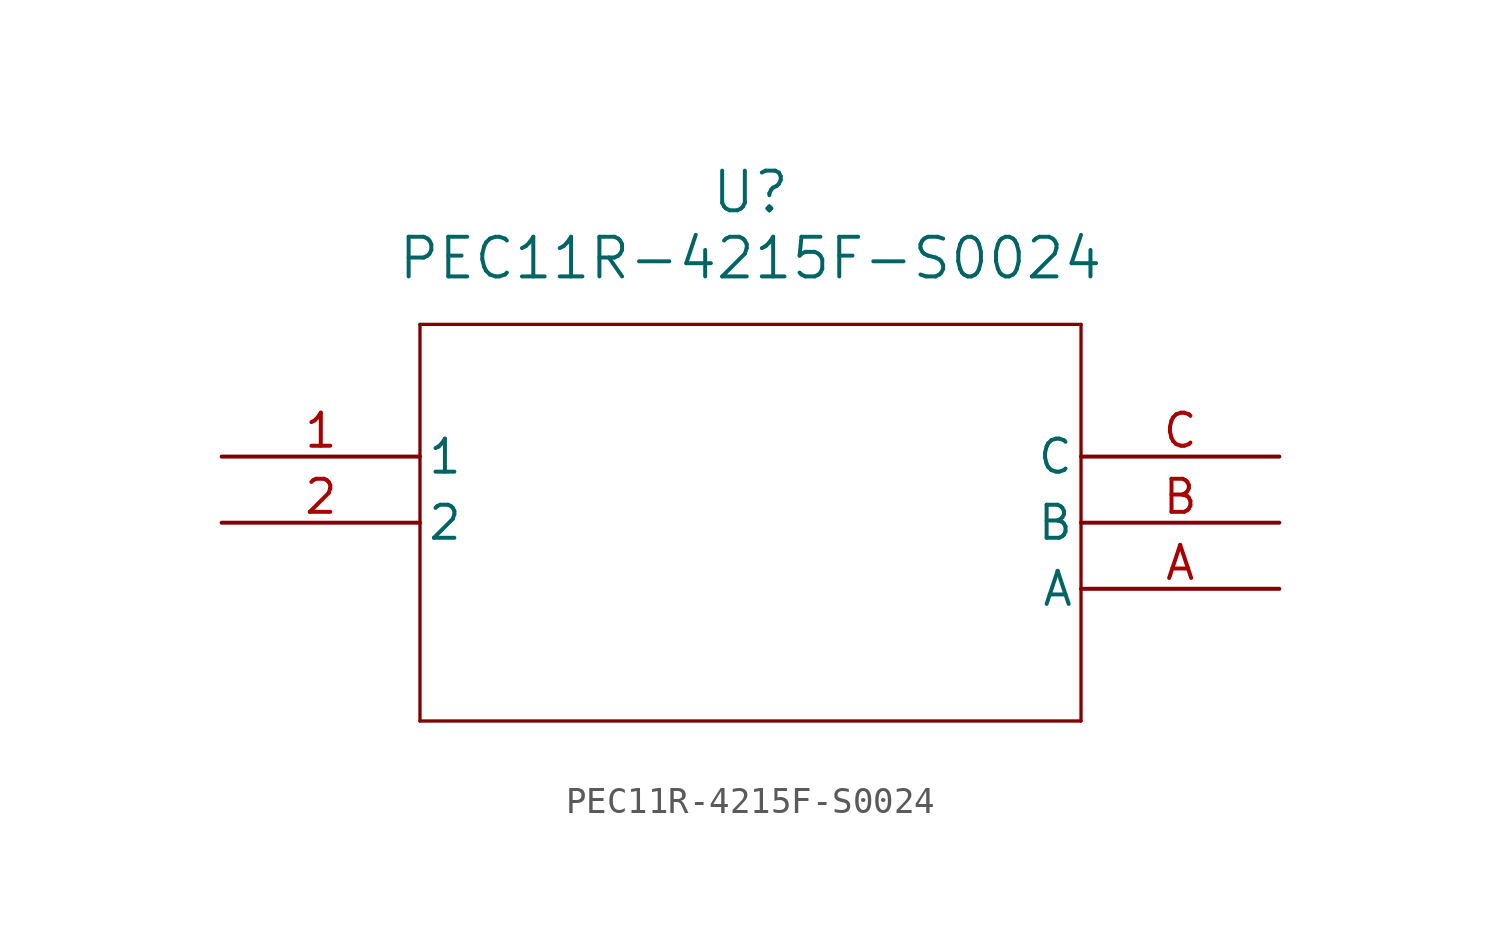
<source format=kicad_sym>
(kicad_symbol_lib
  (version 20211014)
  (generator kicad_symbol_editor)
  (symbol "PEC11R-4215F-S0024"
    (pin_names
      (offset 0.254))
    (property "Reference" "U"
      (at 20.32 10.16 0)
      (effects (font (size 1.524 1.524))))
    (property "Value" "PEC11R-4215F-S0024"
      (at 20.32 7.62 0)
      (effects (font (size 1.524 1.524))))
    (symbol "PEC11R-4215F-S0024_0_1"
      (polyline (pts (xy 7.62 5.08) (xy 7.62 -10.16)) (stroke (width 0.127) (type default) (color 0 0 0 0)) (fill (type none)))
      (polyline (pts (xy 7.62 -10.16) (xy 33.02 -10.16)) (stroke (width 0.127) (type default) (color 0 0 0 0)) (fill (type none)))
      (polyline (pts (xy 33.02 -10.16) (xy 33.02 5.08)) (stroke (width 0.127) (type default) (color 0 0 0 0)) (fill (type none)))
      (polyline (pts (xy 33.02 5.08) (xy 7.62 5.08)) (stroke (width 0.127) (type default) (color 0 0 0 0)) (fill (type none)))
      (pin unspecified line (at 0 0 0) (length 7.62) (name "1" (effects (font (size 1.27 1.27)))) (number "1" (effects (font (size 1.27 1.27)))))
      (pin unspecified line (at 0 -2.54 0) (length 7.62) (name "2" (effects (font (size 1.27 1.27)))) (number "2" (effects (font (size 1.27 1.27)))))
      (pin unspecified line (at 40.64 -5.08 180) (length 7.62) (name "A" (effects (font (size 1.27 1.27)))) (number "A" (effects (font (size 1.27 1.27)))))
      (pin unspecified line (at 40.64 -2.54 180) (length 7.62) (name "B" (effects (font (size 1.27 1.27)))) (number "B" (effects (font (size 1.27 1.27)))))
      (pin unspecified line (at 40.64 0 180) (length 7.62) (name "C" (effects (font (size 1.27 1.27)))) (number "C" (effects (font (size 1.27 1.27))))))))
</source>
